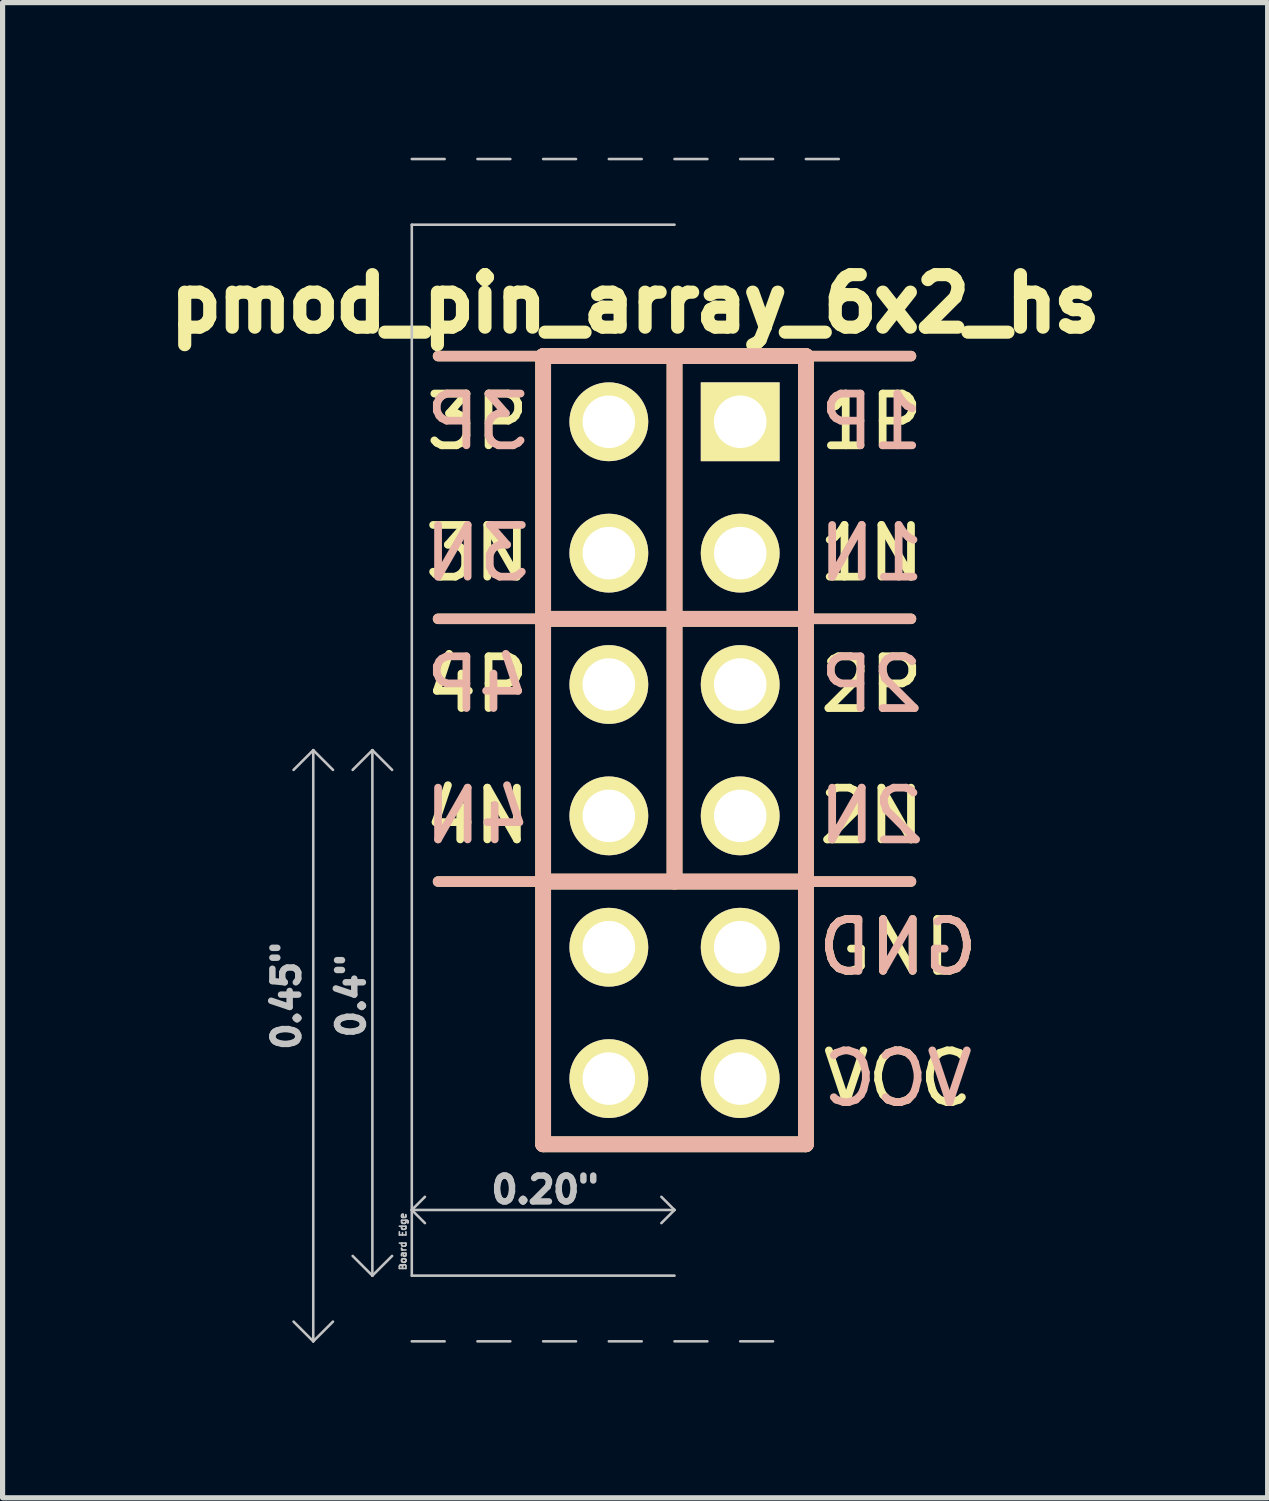
<source format=kicad_pcb>
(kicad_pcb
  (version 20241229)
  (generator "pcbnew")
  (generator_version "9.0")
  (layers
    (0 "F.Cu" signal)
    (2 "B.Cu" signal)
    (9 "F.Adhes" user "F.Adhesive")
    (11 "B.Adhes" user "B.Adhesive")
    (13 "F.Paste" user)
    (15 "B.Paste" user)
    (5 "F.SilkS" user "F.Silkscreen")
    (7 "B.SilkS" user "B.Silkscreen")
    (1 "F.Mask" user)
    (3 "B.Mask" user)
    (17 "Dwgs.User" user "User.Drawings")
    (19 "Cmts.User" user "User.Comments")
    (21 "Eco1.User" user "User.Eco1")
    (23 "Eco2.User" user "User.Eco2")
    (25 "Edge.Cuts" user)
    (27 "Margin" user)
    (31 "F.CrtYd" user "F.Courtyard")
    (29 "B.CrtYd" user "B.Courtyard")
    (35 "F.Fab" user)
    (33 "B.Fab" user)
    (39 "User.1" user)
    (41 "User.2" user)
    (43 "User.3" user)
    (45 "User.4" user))
  (footprint "pmod_pin_array_6x2_hs"
    (layer "F.Cu")
    (at 9.992 11.455)
    (property "Reference" "pmod_pin_array_6x2_hs" (at -0.762 -8.636 0) (layer "F.SilkS") (effects (font (size 1.016 1.016) (thickness 0.254))))
    (attr through_hole)
    (fp_line (start -4.572 -7.62) (end -2.54 -7.62) (stroke (width 0.203) (type solid)) (layer "F.SilkS"))
    (fp_line (start -4.572 -2.54) (end -2.54 -2.54) (stroke (width 0.203) (type solid)) (layer "F.SilkS"))
    (fp_line (start -4.572 2.54) (end -2.54 2.54) (stroke (width 0.203) (type solid)) (layer "F.SilkS"))
    (fp_line (start -2.54 -7.62) (end -2.54 7.62) (stroke (width 0.305) (type solid)) (layer "F.SilkS"))
    (fp_line (start -2.54 -2.54) (end 2.54 -2.54) (stroke (width 0.305) (type solid)) (layer "F.SilkS"))
    (fp_line (start -2.54 7.62) (end 2.54 7.62) (stroke (width 0.305) (type solid)) (layer "F.SilkS"))
    (fp_line (start 0 -7.62) (end 0 -2.54) (stroke (width 0.305) (type solid)) (layer "F.SilkS"))
    (fp_line (start 0 -2.54) (end 0 2.54) (stroke (width 0.305) (type solid)) (layer "F.SilkS"))
    (fp_line (start 2.54 -7.62) (end -2.54 -7.62) (stroke (width 0.305) (type solid)) (layer "F.SilkS"))
    (fp_line (start 2.54 -7.62) (end 4.572 -7.62) (stroke (width 0.203) (type solid)) (layer "F.SilkS"))
    (fp_line (start 2.54 -2.54) (end 4.572 -2.54) (stroke (width 0.203) (type solid)) (layer "F.SilkS"))
    (fp_line (start 2.54 2.54) (end -2.54 2.54) (stroke (width 0.305) (type solid)) (layer "F.SilkS"))
    (fp_line (start 2.54 2.54) (end 4.572 2.54) (stroke (width 0.203) (type solid)) (layer "F.SilkS"))
    (fp_line (start 2.54 7.62) (end 2.54 -7.62) (stroke (width 0.305) (type solid)) (layer "F.SilkS"))
    (fp_line (start -4.572 -7.62) (end -2.54 -7.62) (stroke (width 0.203) (type solid)) (layer "B.SilkS"))
    (fp_line (start -4.572 -2.54) (end -2.54 -2.54) (stroke (width 0.203) (type solid)) (layer "B.SilkS"))
    (fp_line (start -4.572 2.54) (end -2.54 2.54) (stroke (width 0.203) (type solid)) (layer "B.SilkS"))
    (fp_line (start -2.54 -7.62) (end -2.54 7.62) (stroke (width 0.305) (type solid)) (layer "B.SilkS"))
    (fp_line (start -2.54 7.62) (end 2.54 7.62) (stroke (width 0.305) (type solid)) (layer "B.SilkS"))
    (fp_line (start 0 -2.54) (end 0 -7.62) (stroke (width 0.305) (type solid)) (layer "B.SilkS"))
    (fp_line (start 0 -2.54) (end 0 2.54) (stroke (width 0.305) (type solid)) (layer "B.SilkS"))
    (fp_line (start 2.54 -7.62) (end -2.54 -7.62) (stroke (width 0.305) (type solid)) (layer "B.SilkS"))
    (fp_line (start 2.54 -7.62) (end 4.572 -7.62) (stroke (width 0.203) (type solid)) (layer "B.SilkS"))
    (fp_line (start 2.54 -2.54) (end -2.54 -2.54) (stroke (width 0.305) (type solid)) (layer "B.SilkS"))
    (fp_line (start 2.54 -2.54) (end 4.572 -2.54) (stroke (width 0.203) (type solid)) (layer "B.SilkS"))
    (fp_line (start 2.54 2.54) (end -2.54 2.54) (stroke (width 0.305) (type solid)) (layer "B.SilkS"))
    (fp_line (start 2.54 2.54) (end 4.572 2.54) (stroke (width 0.203) (type solid)) (layer "B.SilkS"))
    (fp_line (start 2.54 7.62) (end 2.54 -7.62) (stroke (width 0.305) (type solid)) (layer "B.SilkS"))
    (fp_line (start -6.985 0) (end -7.366 0.381) (stroke (width 0.05) (type solid)) (layer "Dwgs.User"))
    (fp_line (start -6.985 0) (end -6.985 11.43) (stroke (width 0.05) (type solid)) (layer "Dwgs.User"))
    (fp_line (start -6.985 11.43) (end -7.366 11.049) (stroke (width 0.05) (type solid)) (layer "Dwgs.User"))
    (fp_line (start -6.985 11.43) (end -6.604 11.049) (stroke (width 0.05) (type solid)) (layer "Dwgs.User"))
    (fp_line (start -6.604 0.381) (end -6.985 0) (stroke (width 0.05) (type solid)) (layer "Dwgs.User"))
    (fp_line (start -5.842 0) (end -6.223 0.381) (stroke (width 0.05) (type solid)) (layer "Dwgs.User"))
    (fp_line (start -5.842 0) (end -5.842 10.16) (stroke (width 0.05) (type solid)) (layer "Dwgs.User"))
    (fp_line (start -5.842 0) (end -5.461 0.381) (stroke (width 0.05) (type solid)) (layer "Dwgs.User"))
    (fp_line (start -5.842 10.16) (end -6.223 9.779) (stroke (width 0.05) (type solid)) (layer "Dwgs.User"))
    (fp_line (start -5.842 10.16) (end -5.461 9.779) (stroke (width 0.05) (type solid)) (layer "Dwgs.User"))
    (fp_line (start -5.08 -11.43) (end -4.445 -11.43) (stroke (width 0.05) (type solid)) (layer "Dwgs.User"))
    (fp_line (start -5.08 8.89) (end -4.826 8.636) (stroke (width 0.05) (type solid)) (layer "Dwgs.User"))
    (fp_line (start -5.08 8.89) (end -4.826 9.144) (stroke (width 0.05) (type solid)) (layer "Dwgs.User"))
    (fp_line (start -5.08 10.16) (end -5.08 -10.16) (stroke (width 0.05) (type solid)) (layer "Dwgs.User"))
    (fp_line (start -5.08 11.43) (end -4.445 11.43) (stroke (width 0.05) (type solid)) (layer "Dwgs.User"))
    (fp_line (start -3.81 -11.43) (end -3.175 -11.43) (stroke (width 0.05) (type solid)) (layer "Dwgs.User"))
    (fp_line (start -3.81 11.43) (end -3.175 11.43) (stroke (width 0.05) (type solid)) (layer "Dwgs.User"))
    (fp_line (start -2.54 -11.43) (end -1.905 -11.43) (stroke (width 0.05) (type solid)) (layer "Dwgs.User"))
    (fp_line (start -2.54 11.43) (end -1.905 11.43) (stroke (width 0.05) (type solid)) (layer "Dwgs.User"))
    (fp_line (start -1.27 -11.43) (end -0.635 -11.43) (stroke (width 0.05) (type solid)) (layer "Dwgs.User"))
    (fp_line (start -1.27 11.43) (end -0.635 11.43) (stroke (width 0.05) (type solid)) (layer "Dwgs.User"))
    (fp_line (start -0.254 8.636) (end 0 8.89) (stroke (width 0.05) (type solid)) (layer "Dwgs.User"))
    (fp_line (start 0 -11.43) (end 0.635 -11.43) (stroke (width 0.05) (type solid)) (layer "Dwgs.User"))
    (fp_line (start 0 -10.16) (end -5.08 -10.16) (stroke (width 0.05) (type solid)) (layer "Dwgs.User"))
    (fp_line (start 0 8.89) (end -5.08 8.89) (stroke (width 0.05) (type solid)) (layer "Dwgs.User"))
    (fp_line (start 0 8.89) (end -0.254 9.144) (stroke (width 0.05) (type solid)) (layer "Dwgs.User"))
    (fp_line (start 0 10.16) (end -5.08 10.16) (stroke (width 0.05) (type solid)) (layer "Dwgs.User"))
    (fp_line (start 0 11.43) (end 0.635 11.43) (stroke (width 0.05) (type solid)) (layer "Dwgs.User"))
    (fp_line (start 1.27 -11.43) (end 1.905 -11.43) (stroke (width 0.05) (type solid)) (layer "Dwgs.User"))
    (fp_line (start 1.27 11.43) (end 1.905 11.43) (stroke (width 0.05) (type solid)) (layer "Dwgs.User"))
    (fp_line (start 2.54 -11.43) (end 3.175 -11.43) (stroke (width 0.05) (type solid)) (layer "Dwgs.User"))
    (fp_text user "1N" (at 3.81 -3.81 0) (layer "F.SilkS") (effects (font (size 1 1) (thickness 0.15))))
    (fp_text user "2N" (at 3.81 1.27 0) (layer "F.SilkS") (effects (font (size 1 1) (thickness 0.15))))
    (fp_text user "2P" (at 3.81 -1.27 0) (layer "F.SilkS") (effects (font (size 1 1) (thickness 0.15))))
    (fp_text user "VCC" (at 4.318 6.35 0) (layer "F.SilkS") (effects (font (size 1 1) (thickness 0.15))))
    (fp_text user "3N" (at -3.81 -3.81 0) (layer "F.SilkS") (effects (font (size 1 1) (thickness 0.15))))
    (fp_text user "4P" (at -3.81 -1.27 0) (layer "F.SilkS") (effects (font (size 1 1) (thickness 0.15))))
    (fp_text user "3P" (at -3.81 -6.35 0) (layer "F.SilkS") (effects (font (size 1 1) (thickness 0.15))))
    (fp_text user "4N" (at -3.81 1.27 0) (layer "F.SilkS") (effects (font (size 1 1) (thickness 0.15))))
    (fp_text user "GND" (at 4.318 3.81 0) (layer "F.SilkS") (effects (font (size 1 1) (thickness 0.15))))
    (fp_text user "1P" (at 3.81 -6.35 0) (layer "F.SilkS") (effects (font (size 1 1) (thickness 0.15))))
    (fp_text user "VCC" (at 4.318 6.35 0) (layer "B.SilkS") (effects (font (size 1 1) (thickness 0.15)) (justify mirror)))
    (fp_text user "2P" (at 3.81 -1.27 0) (layer "B.SilkS") (effects (font (size 1 1) (thickness 0.15)) (justify mirror)))
    (fp_text user "GND" (at 4.318 3.81 0) (layer "B.SilkS") (effects (font (size 1 1) (thickness 0.15)) (justify mirror)))
    (fp_text user "3N" (at -3.81 -3.81 0) (layer "B.SilkS") (effects (font (size 1 1) (thickness 0.15)) (justify mirror)))
    (fp_text user "4N" (at -3.81 1.27 0) (layer "B.SilkS") (effects (font (size 1 1) (thickness 0.15)) (justify mirror)))
    (fp_text user "2N" (at 3.81 1.27 0) (layer "B.SilkS") (effects (font (size 1 1) (thickness 0.15)) (justify mirror)))
    (fp_text user "1N" (at 3.81 -3.81 0) (layer "B.SilkS") (effects (font (size 1 1) (thickness 0.15)) (justify mirror)))
    (fp_text user "3P" (at -3.81 -6.35 0) (layer "B.SilkS") (effects (font (size 1 1) (thickness 0.15)) (justify mirror)))
    (fp_text user "4P" (at -3.81 -1.27 0) (layer "B.SilkS") (effects (font (size 1 1) (thickness 0.15)) (justify mirror)))
    (fp_text user "1P" (at 3.81 -6.35 0) (layer "B.SilkS") (effects (font (size 1 1) (thickness 0.15)) (justify mirror)))
    (fp_text user "0.4\"" (at -6.25 4.75 90) (layer "Dwgs.User") (effects (font (size 0.5 0.5) (thickness 0.125))))
    (fp_text user "0.45\"" (at -7.5 4.75 90) (layer "Dwgs.User") (effects (font (size 0.5 0.5) (thickness 0.125))))
    (fp_text user "0.20\"" (at -2.5 8.5 180) (layer "Dwgs.User") (effects (font (size 0.5 0.5) (thickness 0.125))))
    (fp_text user "Board Edge" (at -5.25 9.5 90) (layer "Dwgs.User") (effects (font (size 0.127 0.127) (thickness 0.032))))
    (pad "1" thru_hole rect (at 1.27 -6.35) (size 1.524 1.524) (drill 1.016) (layers "*.Cu" "*.Mask" "F.SilkS"))
    (pad "2" thru_hole circle (at 1.27 -3.81 270) (size 1.524 1.524) (drill 1.016) (layers "*.Cu" "*.Mask" "F.SilkS"))
    (pad "3" thru_hole circle (at 1.27 -1.27 270) (size 1.524 1.524) (drill 1.016) (layers "*.Cu" "*.Mask" "F.SilkS"))
    (pad "4" thru_hole circle (at 1.27 1.27 270) (size 1.524 1.524) (drill 1.016) (layers "*.Cu" "*.Mask" "F.SilkS"))
    (pad "5" thru_hole circle (at 1.27 3.81 270) (size 1.524 1.524) (drill 1.016) (layers "*.Cu" "*.Mask" "F.SilkS"))
    (pad "6" thru_hole circle (at 1.27 6.35 270) (size 1.524 1.524) (drill 1.016) (layers "*.Cu" "*.Mask" "F.SilkS"))
    (pad "7" thru_hole circle (at -1.27 -6.35 270) (size 1.524 1.524) (drill 1.016) (layers "*.Cu" "*.Mask" "F.SilkS"))
    (pad "8" thru_hole circle (at -1.27 -3.81 270) (size 1.524 1.524) (drill 1.016) (layers "*.Cu" "*.Mask" "F.SilkS"))
    (pad "9" thru_hole circle (at -1.27 -1.27 270) (size 1.524 1.524) (drill 1.016) (layers "*.Cu" "*.Mask" "F.SilkS"))
    (pad "10" thru_hole circle (at -1.27 1.27 270) (size 1.524 1.524) (drill 1.016) (layers "*.Cu" "*.Mask" "F.SilkS"))
    (pad "11" thru_hole circle (at -1.27 3.81 270) (size 1.524 1.524) (drill 1.016) (layers "*.Cu" "*.Mask" "F.SilkS"))
    (pad "12" thru_hole circle (at -1.27 6.35 270) (size 1.524 1.524) (drill 1.016) (layers "*.Cu" "*.Mask" "F.SilkS")))
  (gr_rect
    (start -3 -3)
    (end 21.46 25.91)
    (stroke (width 0.1) (type default))
    (fill no)
    (layer "Edge.Cuts")))
</source>
